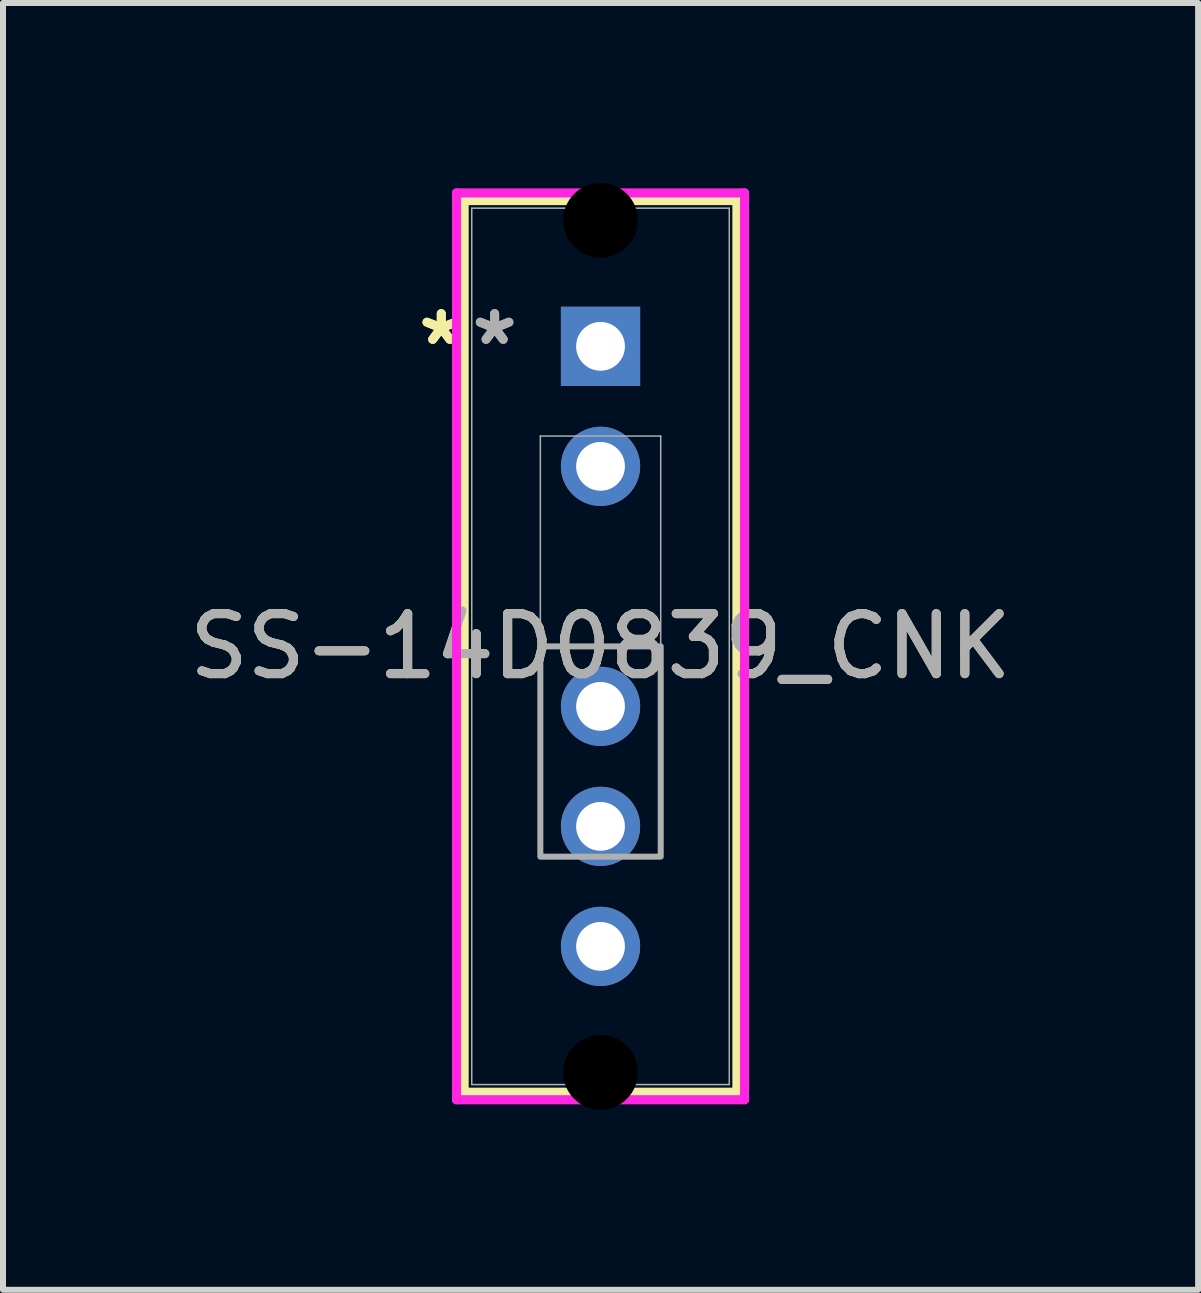
<source format=kicad_pcb>
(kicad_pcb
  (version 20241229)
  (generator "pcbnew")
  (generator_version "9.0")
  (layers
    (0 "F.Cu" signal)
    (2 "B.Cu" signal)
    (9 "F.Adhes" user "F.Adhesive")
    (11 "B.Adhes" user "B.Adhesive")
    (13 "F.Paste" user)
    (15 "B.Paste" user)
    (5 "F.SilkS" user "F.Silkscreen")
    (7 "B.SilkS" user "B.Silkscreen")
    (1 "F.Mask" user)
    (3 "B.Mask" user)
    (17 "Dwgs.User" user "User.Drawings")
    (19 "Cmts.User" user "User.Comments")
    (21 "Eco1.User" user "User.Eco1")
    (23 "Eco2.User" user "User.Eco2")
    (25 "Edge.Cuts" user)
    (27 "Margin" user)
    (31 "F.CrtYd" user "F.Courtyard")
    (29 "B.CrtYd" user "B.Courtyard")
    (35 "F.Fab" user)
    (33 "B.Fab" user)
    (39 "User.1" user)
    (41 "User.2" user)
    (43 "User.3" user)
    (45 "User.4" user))
  (footprint "SS-14D0839_CNK"
    (layer "F.Cu")
    (at 6.958 2.722)
    (property "Reference" "SS-14D0839_CNK" (at 0 5 0) (unlocked yes) (layer "F.SilkS") (effects (font (size 1 1) (thickness 0.15))))
    (attr through_hole)
    (fp_line (start -2.273 -2.429) (end -2.273 12.43) (stroke (width 0.152) (type solid)) (layer "F.SilkS"))
    (fp_line (start -2.273 12.43) (end 2.273 12.43) (stroke (width 0.152) (type solid)) (layer "F.SilkS"))
    (fp_line (start 2.273 -2.429) (end -2.273 -2.429) (stroke (width 0.152) (type solid)) (layer "F.SilkS"))
    (fp_line (start 2.273 12.43) (end 2.273 -2.429) (stroke (width 0.152) (type solid)) (layer "F.SilkS"))
    (fp_line (start -2.4 -2.557) (end -2.4 12.556) (stroke (width 0.152) (type solid)) (layer "F.CrtYd"))
    (fp_line (start -2.4 12.556) (end 2.4 12.556) (stroke (width 0.152) (type solid)) (layer "F.CrtYd"))
    (fp_line (start 2.4 -2.557) (end -2.4 -2.557) (stroke (width 0.152) (type solid)) (layer "F.CrtYd"))
    (fp_line (start 2.4 12.556) (end 2.4 -2.557) (stroke (width 0.152) (type solid)) (layer "F.CrtYd"))
    (fp_line (start -2.146 -2.303) (end -2.146 12.303) (stroke (width 0.025) (type solid)) (layer "F.Fab"))
    (fp_line (start -2.146 12.303) (end 2.146 12.303) (stroke (width 0.025) (type solid)) (layer "F.Fab"))
    (fp_line (start -1.003 1.495) (end 1.003 1.495) (stroke (width 0.025) (type solid)) (layer "F.Fab"))
    (fp_line (start -1.003 8.505) (end -1.003 1.495) (stroke (width 0.025) (type solid)) (layer "F.Fab"))
    (fp_line (start 1.003 1.495) (end 1.003 8.505) (stroke (width 0.025) (type solid)) (layer "F.Fab"))
    (fp_line (start 1.003 8.505) (end -1.003 8.505) (stroke (width 0.025) (type solid)) (layer "F.Fab"))
    (fp_line (start 2.146 -2.303) (end -2.146 -2.303) (stroke (width 0.025) (type solid)) (layer "F.Fab"))
    (fp_line (start 2.146 12.303) (end 2.146 -2.303) (stroke (width 0.025) (type solid)) (layer "F.Fab"))
    (fp_poly (pts (xy -1.003 8.505) (xy -1.003 5) (xy 1.003 5) (xy 1.003 8.505)) (stroke (width 0.1) (type solid)) (fill no) (layer "F.Fab"))
    (fp_text user "*" (at -2.654 0 0) (layer "F.SilkS") (effects (font (size 1 1) (thickness 0.15))))
    (fp_text user "*" (at -2.654 0 0) (unlocked yes) (layer "F.SilkS") (effects (font (size 1 1) (thickness 0.15))))
    (fp_text user "*" (at -1.765 0 0) (layer "F.Fab") (effects (font (size 1 1) (thickness 0.15))))
    (fp_text user "${REFERENCE}" (at 0 5 0) (unlocked yes) (layer "F.Fab") (effects (font (size 1 1) (thickness 0.15))))
    (fp_text user "*" (at -1.765 0 0) (unlocked yes) (layer "F.Fab") (effects (font (size 1 1) (thickness 0.15))))
    (pad "" np_thru_hole circle (at 0 -2.1) (size 1.245 1.245) (drill 1.245) (layers))
    (pad "" np_thru_hole circle (at 0 12.1) (size 1.245 1.245) (drill 1.245) (layers))
    (pad "1" thru_hole rect (at 0 0) (size 1.321 1.321) (drill 0.813) (layers "*.Cu" "*.Mask"))
    (pad "2" thru_hole circle (at 0 2) (size 1.321 1.321) (drill 0.813) (layers "*.Cu" "*.Mask"))
    (pad "3" thru_hole circle (at 0 6) (size 1.321 1.321) (drill 0.813) (layers "*.Cu" "*.Mask"))
    (pad "4" thru_hole circle (at 0 8) (size 1.321 1.321) (drill 0.813) (layers "*.Cu" "*.Mask"))
    (pad "5" thru_hole circle (at 0 10) (size 1.321 1.321) (drill 0.813) (layers "*.Cu" "*.Mask")))
  (gr_rect
    (start -3 -3)
    (end 16.917 18.445)
    (stroke (width 0.1) (type default))
    (fill no)
    (layer "Edge.Cuts")))
</source>
